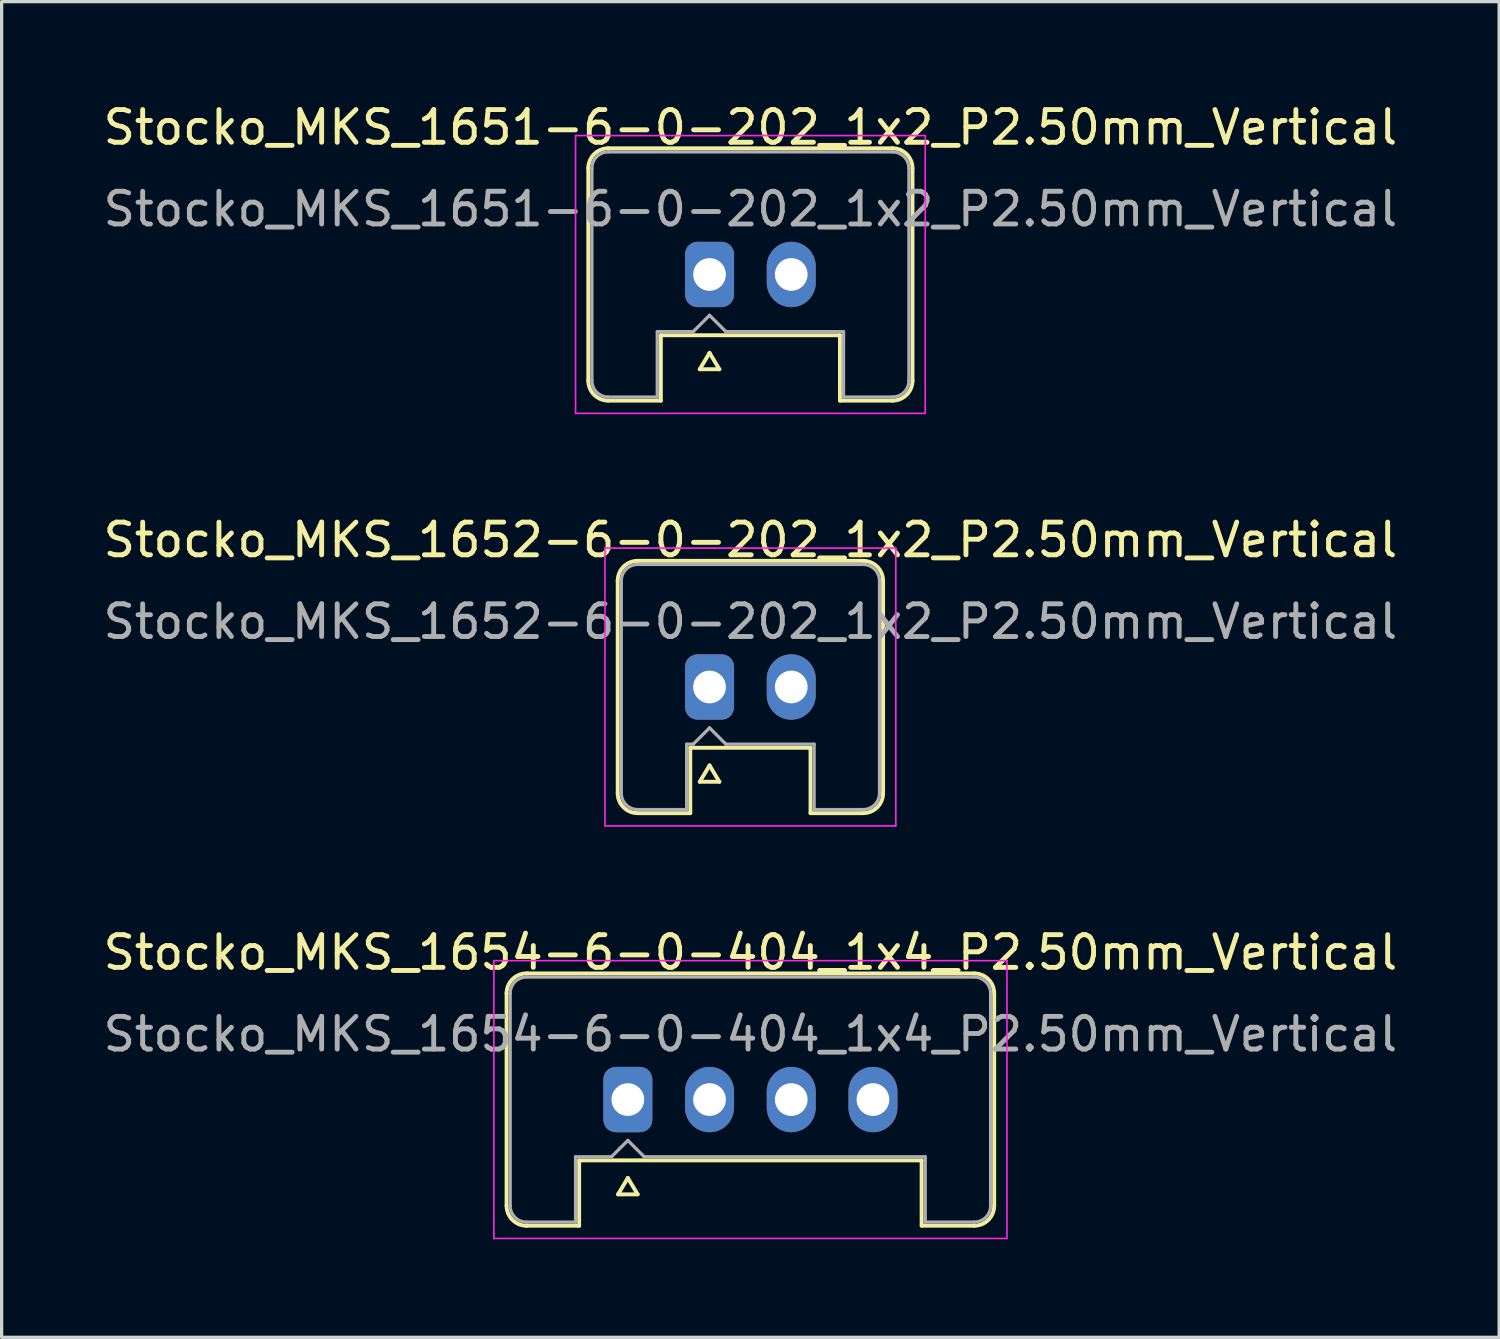
<source format=kicad_pcb>
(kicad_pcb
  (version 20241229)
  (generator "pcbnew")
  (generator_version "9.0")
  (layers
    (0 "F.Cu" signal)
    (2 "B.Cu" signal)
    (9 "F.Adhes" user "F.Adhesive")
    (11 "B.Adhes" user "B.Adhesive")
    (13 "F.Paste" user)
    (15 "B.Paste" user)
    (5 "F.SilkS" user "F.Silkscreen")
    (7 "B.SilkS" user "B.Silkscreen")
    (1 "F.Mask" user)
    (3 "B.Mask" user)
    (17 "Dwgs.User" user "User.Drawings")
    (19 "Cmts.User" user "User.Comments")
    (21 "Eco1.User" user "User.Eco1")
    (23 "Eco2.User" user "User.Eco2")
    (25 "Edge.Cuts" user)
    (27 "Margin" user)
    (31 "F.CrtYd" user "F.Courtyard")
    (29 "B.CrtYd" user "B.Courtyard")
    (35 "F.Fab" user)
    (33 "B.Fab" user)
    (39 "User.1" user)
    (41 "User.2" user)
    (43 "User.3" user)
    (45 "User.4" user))
  (footprint "Stocko_MKS_1652-6-0-202_1x2_P2.50mm_Vertical"
    (layer "F.Cu")
    (at 18.661 17.971)
    (property "Reference" "Stocko_MKS_1652-6-0-202_1x2_P2.50mm_Vertical" (at 1.25 -4.5 0) (layer "F.SilkS") (effects (font (size 1 1) (thickness 0.15))))
    (attr through_hole)
    (fp_line (start -2.81 -3.25) (end -2.81 3.25) (stroke (width 0.12) (type solid)) (layer "F.SilkS"))
    (fp_line (start -2.2 -3.86) (end 4.7 -3.86) (stroke (width 0.12) (type solid)) (layer "F.SilkS"))
    (fp_line (start -2.2 3.86) (end -0.59 3.86) (stroke (width 0.12) (type solid)) (layer "F.SilkS"))
    (fp_line (start -0.59 1.86) (end 3.09 1.86) (stroke (width 0.12) (type solid)) (layer "F.SilkS"))
    (fp_line (start -0.59 3.86) (end -0.59 1.86) (stroke (width 0.12) (type solid)) (layer "F.SilkS"))
    (fp_line (start -0.3 2.9) (end 0.3 2.9) (stroke (width 0.12) (type solid)) (layer "F.SilkS"))
    (fp_line (start 0 2.4) (end -0.3 2.9) (stroke (width 0.12) (type solid)) (layer "F.SilkS"))
    (fp_line (start 0.3 2.9) (end 0 2.4) (stroke (width 0.12) (type solid)) (layer "F.SilkS"))
    (fp_line (start 3.09 3.86) (end 3.09 1.86) (stroke (width 0.12) (type solid)) (layer "F.SilkS"))
    (fp_line (start 4.7 3.86) (end 3.09 3.86) (stroke (width 0.12) (type solid)) (layer "F.SilkS"))
    (fp_line (start 5.31 -3.25) (end 5.31 3.25) (stroke (width 0.12) (type solid)) (layer "F.SilkS"))
    (fp_arc (start -2.81 -3.25) (mid -2.631335 -3.681335) (end -2.2 -3.86) (stroke (width 0.12) (type solid)) (layer "F.SilkS"))
    (fp_arc (start -2.2 3.86) (mid -2.631335 3.681335) (end -2.81 3.25) (stroke (width 0.12) (type solid)) (layer "F.SilkS"))
    (fp_arc (start 4.7 -3.86) (mid 5.131335 -3.681335) (end 5.31 -3.25) (stroke (width 0.12) (type solid)) (layer "F.SilkS"))
    (fp_arc (start 5.31 3.25) (mid 5.131335 3.681335) (end 4.7 3.86) (stroke (width 0.12) (type solid)) (layer "F.SilkS"))
    (fp_line (start -3.2 -4.25) (end -3.2 4.25) (stroke (width 0.05) (type solid)) (layer "F.CrtYd"))
    (fp_line (start -3.2 4.25) (end 5.7 4.25) (stroke (width 0.05) (type solid)) (layer "F.CrtYd"))
    (fp_line (start 5.7 -4.25) (end -3.2 -4.25) (stroke (width 0.05) (type solid)) (layer "F.CrtYd"))
    (fp_line (start 5.7 4.25) (end 5.7 -4.25) (stroke (width 0.05) (type solid)) (layer "F.CrtYd"))
    (fp_line (start -2.7 -3.25) (end -2.7 3.25) (stroke (width 0.1) (type solid)) (layer "F.Fab"))
    (fp_line (start -2.2 -3.75) (end 4.7 -3.75) (stroke (width 0.1) (type solid)) (layer "F.Fab"))
    (fp_line (start -2.2 3.75) (end -0.7 3.75) (stroke (width 0.1) (type solid)) (layer "F.Fab"))
    (fp_line (start -0.7 1.75) (end -0.5 1.75) (stroke (width 0.1) (type solid)) (layer "F.Fab"))
    (fp_line (start -0.7 3.75) (end -0.7 1.75) (stroke (width 0.1) (type solid)) (layer "F.Fab"))
    (fp_line (start -0.5 1.75) (end 0 1.25) (stroke (width 0.1) (type solid)) (layer "F.Fab"))
    (fp_line (start 0 1.25) (end 0.5 1.75) (stroke (width 0.1) (type solid)) (layer "F.Fab"))
    (fp_line (start 0.5 1.75) (end 3.2 1.75) (stroke (width 0.1) (type solid)) (layer "F.Fab"))
    (fp_line (start 3.2 3.75) (end 3.2 1.75) (stroke (width 0.1) (type solid)) (layer "F.Fab"))
    (fp_line (start 4.7 3.75) (end 3.2 3.75) (stroke (width 0.1) (type solid)) (layer "F.Fab"))
    (fp_line (start 5.2 -3.25) (end 5.2 3.25) (stroke (width 0.1) (type solid)) (layer "F.Fab"))
    (fp_arc (start -2.7 -3.25) (mid -2.553553 -3.603553) (end -2.2 -3.75) (stroke (width 0.1) (type solid)) (layer "F.Fab"))
    (fp_arc (start -2.2 3.75) (mid -2.553553 3.603553) (end -2.7 3.25) (stroke (width 0.1) (type solid)) (layer "F.Fab"))
    (fp_arc (start 4.7 -3.75) (mid 5.053553 -3.603553) (end 5.2 -3.25) (stroke (width 0.1) (type solid)) (layer "F.Fab"))
    (fp_arc (start 5.2 3.25) (mid 5.053553 3.603553) (end 4.7 3.75) (stroke (width 0.1) (type solid)) (layer "F.Fab"))
    (fp_text user "${REFERENCE}" (at 1.25 -2 0) (layer "F.Fab") (effects (font (size 1 1) (thickness 0.15))))
    (pad "1" thru_hole roundrect (at 0 0) (size 1.5 2) (drill 1) (layers "*.Cu" "*.Mask") (roundrect_rratio 0.25))
    (pad "2" thru_hole oval (at 2.5 0) (size 1.5 2) (drill 1) (layers "*.Cu" "*.Mask")))
  (footprint "Stocko_MKS_1651-6-0-202_1x2_P2.50mm_Vertical"
    (layer "F.Cu")
    (at 18.661 5.348)
    (property "Reference" "Stocko_MKS_1651-6-0-202_1x2_P2.50mm_Vertical" (at 1.25 -4.5 0) (layer "F.SilkS") (effects (font (size 1 1) (thickness 0.15))))
    (attr through_hole)
    (fp_line (start -3.71 -3.25) (end -3.71 3.25) (stroke (width 0.12) (type solid)) (layer "F.SilkS"))
    (fp_line (start -3.1 -3.86) (end 5.6 -3.86) (stroke (width 0.12) (type solid)) (layer "F.SilkS"))
    (fp_line (start -3.1 3.86) (end -1.49 3.86) (stroke (width 0.12) (type solid)) (layer "F.SilkS"))
    (fp_line (start -1.49 1.86) (end 3.99 1.86) (stroke (width 0.12) (type solid)) (layer "F.SilkS"))
    (fp_line (start -1.49 3.86) (end -1.49 1.86) (stroke (width 0.12) (type solid)) (layer "F.SilkS"))
    (fp_line (start -0.3 2.9) (end 0.3 2.9) (stroke (width 0.12) (type solid)) (layer "F.SilkS"))
    (fp_line (start 0 2.4) (end -0.3 2.9) (stroke (width 0.12) (type solid)) (layer "F.SilkS"))
    (fp_line (start 0.3 2.9) (end 0 2.4) (stroke (width 0.12) (type solid)) (layer "F.SilkS"))
    (fp_line (start 3.99 3.86) (end 3.99 1.86) (stroke (width 0.12) (type solid)) (layer "F.SilkS"))
    (fp_line (start 5.6 3.86) (end 3.99 3.86) (stroke (width 0.12) (type solid)) (layer "F.SilkS"))
    (fp_line (start 6.21 -3.25) (end 6.21 3.25) (stroke (width 0.12) (type solid)) (layer "F.SilkS"))
    (fp_arc (start -3.71 -3.25) (mid -3.531335 -3.681335) (end -3.1 -3.86) (stroke (width 0.12) (type solid)) (layer "F.SilkS"))
    (fp_arc (start -3.1 3.86) (mid -3.531335 3.681335) (end -3.71 3.25) (stroke (width 0.12) (type solid)) (layer "F.SilkS"))
    (fp_arc (start 5.6 -3.86) (mid 6.031335 -3.681335) (end 6.21 -3.25) (stroke (width 0.12) (type solid)) (layer "F.SilkS"))
    (fp_arc (start 6.21 3.25) (mid 6.031335 3.681335) (end 5.6 3.86) (stroke (width 0.12) (type solid)) (layer "F.SilkS"))
    (fp_line (start -4.1 -4.25) (end -4.1 4.25) (stroke (width 0.05) (type solid)) (layer "F.CrtYd"))
    (fp_line (start -4.1 4.25) (end 6.6 4.25) (stroke (width 0.05) (type solid)) (layer "F.CrtYd"))
    (fp_line (start 6.6 -4.25) (end -4.1 -4.25) (stroke (width 0.05) (type solid)) (layer "F.CrtYd"))
    (fp_line (start 6.6 4.25) (end 6.6 -4.25) (stroke (width 0.05) (type solid)) (layer "F.CrtYd"))
    (fp_line (start -3.6 -3.25) (end -3.6 3.25) (stroke (width 0.1) (type solid)) (layer "F.Fab"))
    (fp_line (start -3.1 -3.75) (end 5.6 -3.75) (stroke (width 0.1) (type solid)) (layer "F.Fab"))
    (fp_line (start -3.1 3.75) (end -1.6 3.75) (stroke (width 0.1) (type solid)) (layer "F.Fab"))
    (fp_line (start -1.6 1.75) (end -0.5 1.75) (stroke (width 0.1) (type solid)) (layer "F.Fab"))
    (fp_line (start -1.6 3.75) (end -1.6 1.75) (stroke (width 0.1) (type solid)) (layer "F.Fab"))
    (fp_line (start -0.5 1.75) (end 0 1.25) (stroke (width 0.1) (type solid)) (layer "F.Fab"))
    (fp_line (start 0 1.25) (end 0.5 1.75) (stroke (width 0.1) (type solid)) (layer "F.Fab"))
    (fp_line (start 0.5 1.75) (end 4.1 1.75) (stroke (width 0.1) (type solid)) (layer "F.Fab"))
    (fp_line (start 4.1 3.75) (end 4.1 1.75) (stroke (width 0.1) (type solid)) (layer "F.Fab"))
    (fp_line (start 5.6 3.75) (end 4.1 3.75) (stroke (width 0.1) (type solid)) (layer "F.Fab"))
    (fp_line (start 6.1 -3.25) (end 6.1 3.25) (stroke (width 0.1) (type solid)) (layer "F.Fab"))
    (fp_arc (start -3.6 -3.25) (mid -3.453553 -3.603553) (end -3.1 -3.75) (stroke (width 0.1) (type solid)) (layer "F.Fab"))
    (fp_arc (start -3.1 3.75) (mid -3.453553 3.603553) (end -3.6 3.25) (stroke (width 0.1) (type solid)) (layer "F.Fab"))
    (fp_arc (start 5.6 -3.75) (mid 5.953553 -3.603553) (end 6.1 -3.25) (stroke (width 0.1) (type solid)) (layer "F.Fab"))
    (fp_arc (start 6.1 3.25) (mid 5.953553 3.603553) (end 5.6 3.75) (stroke (width 0.1) (type solid)) (layer "F.Fab"))
    (fp_text user "${REFERENCE}" (at 1.25 -2 0) (layer "F.Fab") (effects (font (size 1 1) (thickness 0.15))))
    (pad "1" thru_hole roundrect (at 0 0) (size 1.5 2) (drill 1) (layers "*.Cu" "*.Mask") (roundrect_rratio 0.25))
    (pad "2" thru_hole oval (at 2.5 0) (size 1.5 2) (drill 1) (layers "*.Cu" "*.Mask")))
  (footprint "Stocko_MKS_1654-6-0-404_1x4_P2.50mm_Vertical"
    (layer "F.Cu")
    (at 16.161 30.595)
    (property "Reference" "Stocko_MKS_1654-6-0-404_1x4_P2.50mm_Vertical" (at 3.75 -4.5 0) (layer "F.SilkS") (effects (font (size 1 1) (thickness 0.15))))
    (attr through_hole)
    (fp_line (start -3.71 -3.25) (end -3.71 3.25) (stroke (width 0.12) (type solid)) (layer "F.SilkS"))
    (fp_line (start -3.1 -3.86) (end 10.6 -3.86) (stroke (width 0.12) (type solid)) (layer "F.SilkS"))
    (fp_line (start -3.1 3.86) (end -1.49 3.86) (stroke (width 0.12) (type solid)) (layer "F.SilkS"))
    (fp_line (start -1.49 1.86) (end 8.99 1.86) (stroke (width 0.12) (type solid)) (layer "F.SilkS"))
    (fp_line (start -1.49 3.86) (end -1.49 1.86) (stroke (width 0.12) (type solid)) (layer "F.SilkS"))
    (fp_line (start -0.3 2.9) (end 0.3 2.9) (stroke (width 0.12) (type solid)) (layer "F.SilkS"))
    (fp_line (start 0 2.4) (end -0.3 2.9) (stroke (width 0.12) (type solid)) (layer "F.SilkS"))
    (fp_line (start 0.3 2.9) (end 0 2.4) (stroke (width 0.12) (type solid)) (layer "F.SilkS"))
    (fp_line (start 8.99 3.86) (end 8.99 1.86) (stroke (width 0.12) (type solid)) (layer "F.SilkS"))
    (fp_line (start 10.6 3.86) (end 8.99 3.86) (stroke (width 0.12) (type solid)) (layer "F.SilkS"))
    (fp_line (start 11.21 -3.25) (end 11.21 3.25) (stroke (width 0.12) (type solid)) (layer "F.SilkS"))
    (fp_arc (start -3.71 -3.25) (mid -3.531335 -3.681335) (end -3.1 -3.86) (stroke (width 0.12) (type solid)) (layer "F.SilkS"))
    (fp_arc (start -3.1 3.86) (mid -3.531335 3.681335) (end -3.71 3.25) (stroke (width 0.12) (type solid)) (layer "F.SilkS"))
    (fp_arc (start 10.6 -3.86) (mid 11.031335 -3.681335) (end 11.21 -3.25) (stroke (width 0.12) (type solid)) (layer "F.SilkS"))
    (fp_arc (start 11.21 3.25) (mid 11.031335 3.681335) (end 10.6 3.86) (stroke (width 0.12) (type solid)) (layer "F.SilkS"))
    (fp_line (start -4.1 -4.25) (end -4.1 4.25) (stroke (width 0.05) (type solid)) (layer "F.CrtYd"))
    (fp_line (start -4.1 4.25) (end 11.6 4.25) (stroke (width 0.05) (type solid)) (layer "F.CrtYd"))
    (fp_line (start 11.6 -4.25) (end -4.1 -4.25) (stroke (width 0.05) (type solid)) (layer "F.CrtYd"))
    (fp_line (start 11.6 4.25) (end 11.6 -4.25) (stroke (width 0.05) (type solid)) (layer "F.CrtYd"))
    (fp_line (start -3.6 -3.25) (end -3.6 3.25) (stroke (width 0.1) (type solid)) (layer "F.Fab"))
    (fp_line (start -3.1 -3.75) (end 10.6 -3.75) (stroke (width 0.1) (type solid)) (layer "F.Fab"))
    (fp_line (start -3.1 3.75) (end -1.6 3.75) (stroke (width 0.1) (type solid)) (layer "F.Fab"))
    (fp_line (start -1.6 1.75) (end -0.5 1.75) (stroke (width 0.1) (type solid)) (layer "F.Fab"))
    (fp_line (start -1.6 3.75) (end -1.6 1.75) (stroke (width 0.1) (type solid)) (layer "F.Fab"))
    (fp_line (start -0.5 1.75) (end 0 1.25) (stroke (width 0.1) (type solid)) (layer "F.Fab"))
    (fp_line (start 0 1.25) (end 0.5 1.75) (stroke (width 0.1) (type solid)) (layer "F.Fab"))
    (fp_line (start 0.5 1.75) (end 9.1 1.75) (stroke (width 0.1) (type solid)) (layer "F.Fab"))
    (fp_line (start 9.1 3.75) (end 9.1 1.75) (stroke (width 0.1) (type solid)) (layer "F.Fab"))
    (fp_line (start 10.6 3.75) (end 9.1 3.75) (stroke (width 0.1) (type solid)) (layer "F.Fab"))
    (fp_line (start 11.1 -3.25) (end 11.1 3.25) (stroke (width 0.1) (type solid)) (layer "F.Fab"))
    (fp_arc (start -3.6 -3.25) (mid -3.453553 -3.603553) (end -3.1 -3.75) (stroke (width 0.1) (type solid)) (layer "F.Fab"))
    (fp_arc (start -3.1 3.75) (mid -3.453553 3.603553) (end -3.6 3.25) (stroke (width 0.1) (type solid)) (layer "F.Fab"))
    (fp_arc (start 10.6 -3.75) (mid 10.953553 -3.603553) (end 11.1 -3.25) (stroke (width 0.1) (type solid)) (layer "F.Fab"))
    (fp_arc (start 11.1 3.25) (mid 10.953553 3.603553) (end 10.6 3.75) (stroke (width 0.1) (type solid)) (layer "F.Fab"))
    (fp_text user "${REFERENCE}" (at 3.75 -2 0) (layer "F.Fab") (effects (font (size 1 1) (thickness 0.15))))
    (pad "1" thru_hole roundrect (at 0 0) (size 1.5 2) (drill 1) (layers "*.Cu" "*.Mask") (roundrect_rratio 0.25))
    (pad "2" thru_hole oval (at 2.5 0) (size 1.5 2) (drill 1) (layers "*.Cu" "*.Mask"))
    (pad "3" thru_hole oval (at 5 0) (size 1.5 2) (drill 1) (layers "*.Cu" "*.Mask"))
    (pad "4" thru_hole oval (at 7.5 0) (size 1.5 2) (drill 1) (layers "*.Cu" "*.Mask")))
  (gr_rect
    (start -3 -3)
    (end 42.821 37.87)
    (stroke (width 0.1) (type default))
    (fill no)
    (layer "Edge.Cuts")))
</source>
